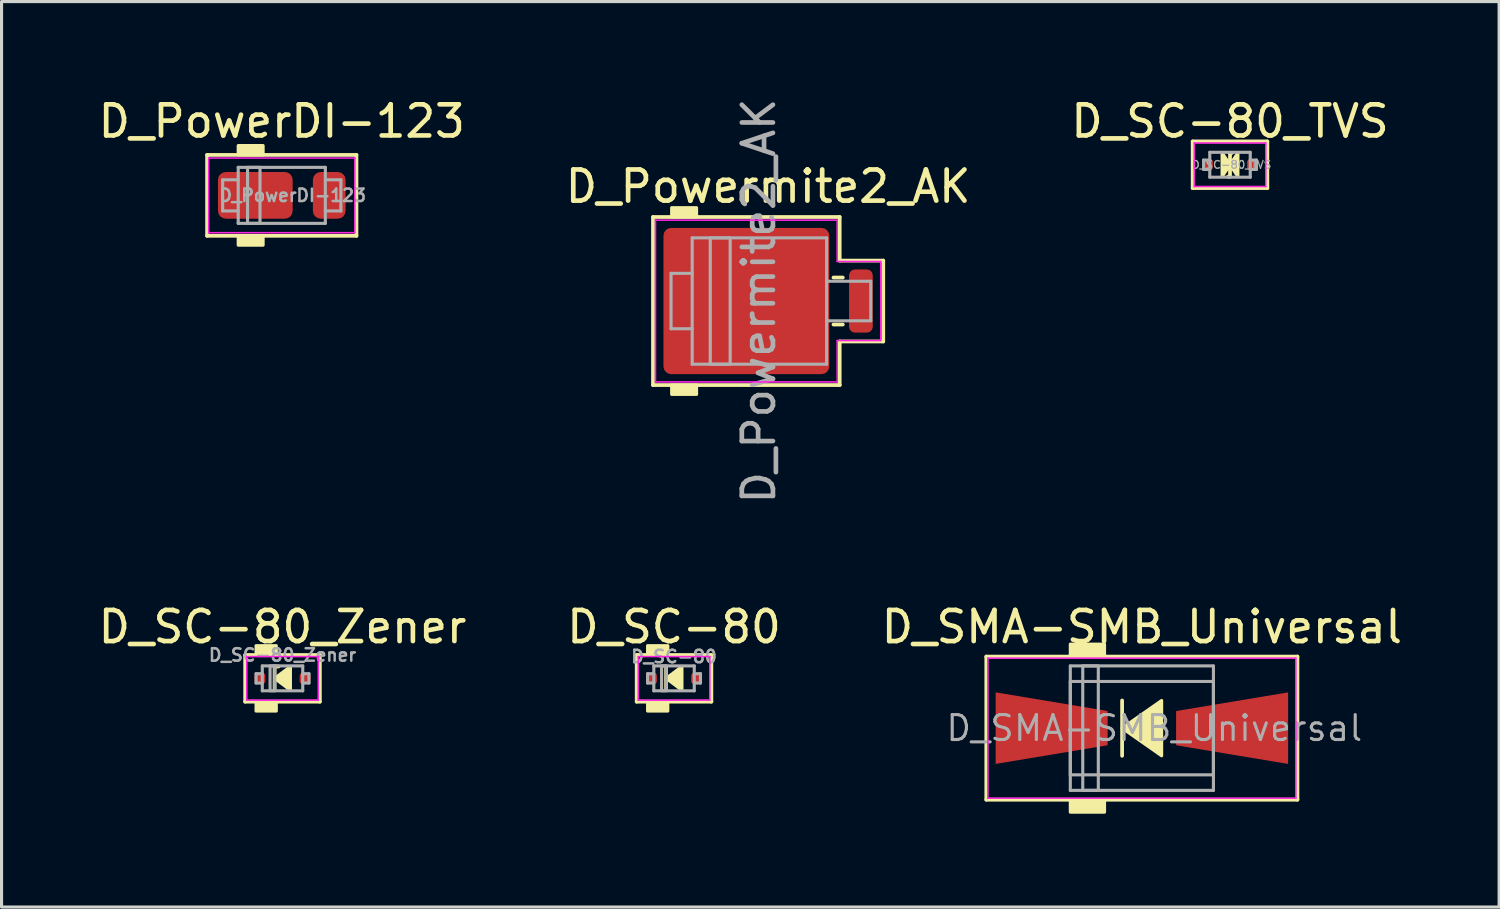
<source format=kicad_pcb>
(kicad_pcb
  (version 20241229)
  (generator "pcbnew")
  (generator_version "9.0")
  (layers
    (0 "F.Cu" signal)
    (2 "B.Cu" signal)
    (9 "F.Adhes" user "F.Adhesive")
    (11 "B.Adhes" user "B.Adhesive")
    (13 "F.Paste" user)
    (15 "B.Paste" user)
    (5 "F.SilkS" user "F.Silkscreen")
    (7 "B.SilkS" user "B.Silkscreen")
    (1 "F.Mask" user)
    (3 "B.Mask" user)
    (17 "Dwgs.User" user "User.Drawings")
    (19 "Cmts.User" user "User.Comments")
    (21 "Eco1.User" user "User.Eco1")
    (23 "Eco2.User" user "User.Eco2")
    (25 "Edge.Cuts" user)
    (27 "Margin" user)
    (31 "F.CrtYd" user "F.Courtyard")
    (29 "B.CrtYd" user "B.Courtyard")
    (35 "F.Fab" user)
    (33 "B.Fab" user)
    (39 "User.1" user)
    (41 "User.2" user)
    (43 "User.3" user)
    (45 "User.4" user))
  (footprint "D_SC-80_TVS"
    (layer "F.Cu")
    (at 36.482 2.245)
    (property "Reference" "D_SC-80_TVS" (at 0 -1.397 0) (layer "F.SilkS") (effects (font (size 1 1) (thickness 0.15))))
    (attr smd)
    (fp_line (start -1.2 -0.75) (end -1.2 0.75) (stroke (width 0.12) (type solid)) (layer "F.SilkS"))
    (fp_line (start -1.2 0.75) (end 1.2 0.75) (stroke (width 0.12) (type solid)) (layer "F.SilkS"))
    (fp_line (start -0.064 0.381) (end 0 0.381) (stroke (width 0.12) (type solid)) (layer "F.SilkS"))
    (fp_line (start 0 -0.381) (end 0 0.381) (stroke (width 0.12) (type solid)) (layer "F.SilkS"))
    (fp_line (start 0 -0.381) (end 0.064 -0.381) (stroke (width 0.12) (type solid)) (layer "F.SilkS"))
    (fp_line (start 1.2 -0.75) (end -1.2 -0.75) (stroke (width 0.12) (type solid)) (layer "F.SilkS"))
    (fp_line (start 1.2 0.75) (end 1.2 -0.75) (stroke (width 0.12) (type solid)) (layer "F.SilkS"))
    (fp_poly (pts (xy 0 0) (xy -0.254 0.381) (xy -0.254 -0.381)) (stroke (width 0.1) (type solid)) (fill yes) (layer "F.SilkS"))
    (fp_poly (pts (xy 0 0) (xy 0.254 -0.381) (xy 0.254 0.381)) (stroke (width 0.1) (type solid)) (fill yes) (layer "F.SilkS"))
    (fp_line (start -1.15 -0.7) (end 1.1 -0.7) (stroke (width 0.05) (type solid)) (layer "F.CrtYd"))
    (fp_line (start -1.15 0.7) (end -1.15 -0.7) (stroke (width 0.05) (type solid)) (layer "F.CrtYd"))
    (fp_line (start 1.1 -0.7) (end 1.15 -0.7) (stroke (width 0.05) (type solid)) (layer "F.CrtYd"))
    (fp_line (start 1.15 -0.7) (end 1.15 -0.65) (stroke (width 0.05) (type solid)) (layer "F.CrtYd"))
    (fp_line (start 1.15 -0.65) (end 1.15 0.7) (stroke (width 0.05) (type solid)) (layer "F.CrtYd"))
    (fp_line (start 1.15 0.7) (end -1.15 0.7) (stroke (width 0.05) (type solid)) (layer "F.CrtYd"))
    (fp_line (start -0.85 -0.15) (end -0.85 0.15) (stroke (width 0.1) (type solid)) (layer "F.Fab"))
    (fp_line (start -0.85 0.15) (end -0.65 0.15) (stroke (width 0.1) (type solid)) (layer "F.Fab"))
    (fp_line (start -0.65 -0.4) (end 0.65 -0.4) (stroke (width 0.1) (type solid)) (layer "F.Fab"))
    (fp_line (start -0.65 -0.15) (end -0.85 -0.15) (stroke (width 0.1) (type solid)) (layer "F.Fab"))
    (fp_line (start -0.65 0.4) (end -0.65 -0.4) (stroke (width 0.1) (type solid)) (layer "F.Fab"))
    (fp_line (start 0.65 -0.4) (end 0.65 0.4) (stroke (width 0.1) (type solid)) (layer "F.Fab"))
    (fp_line (start 0.65 0.15) (end 0.85 0.15) (stroke (width 0.1) (type solid)) (layer "F.Fab"))
    (fp_line (start 0.65 0.4) (end -0.65 0.4) (stroke (width 0.1) (type solid)) (layer "F.Fab"))
    (fp_line (start 0.85 -0.15) (end 0.65 -0.15) (stroke (width 0.1) (type solid)) (layer "F.Fab"))
    (fp_line (start 0.85 0.15) (end 0.85 -0.15) (stroke (width 0.1) (type solid)) (layer "F.Fab"))
    (fp_text user "${REFERENCE}" (at 0.05 0 0) (layer "F.Fab") (effects (font (size 0.25 0.25) (thickness 0.04))))
    (pad "1" smd roundrect (at -0.725 0) (size 0.35 0.35) (layers "F.Cu" "F.Mask" "F.Paste") (roundrect_rratio 0.25))
    (pad "2" smd roundrect (at 0.725 0) (size 0.35 0.35) (layers "F.Cu" "F.Mask" "F.Paste") (roundrect_rratio 0.25)))
  (footprint "D_SC-80_Zener"
    (layer "F.Cu")
    (at 6.03 18.752)
    (property "Reference" "D_SC-80_Zener" (at 0 -1.654 0) (layer "F.SilkS") (effects (font (size 1 1) (thickness 0.15))))
    (attr smd)
    (fp_line (start -1.2 -0.75) (end -1.2 0.75) (stroke (width 0.12) (type solid)) (layer "F.SilkS"))
    (fp_line (start -1.2 0.75) (end 1.2 0.75) (stroke (width 0.12) (type solid)) (layer "F.SilkS"))
    (fp_line (start -0.254 -0.381) (end -0.254 0.381) (stroke (width 0.12) (type solid)) (layer "F.SilkS"))
    (fp_line (start -0.254 -0.381) (end -0.127 -0.381) (stroke (width 0.12) (type solid)) (layer "F.SilkS"))
    (fp_line (start 1.2 -0.75) (end -1.2 -0.75) (stroke (width 0.12) (type solid)) (layer "F.SilkS"))
    (fp_line (start 1.2 0.75) (end 1.2 -0.75) (stroke (width 0.12) (type solid)) (layer "F.SilkS"))
    (fp_poly (pts (xy 0.254 0.381) (xy -0.254 0) (xy 0.254 -0.381)) (stroke (width 0.1) (type solid)) (fill yes) (layer "F.SilkS"))
    (fp_poly (pts (xy -0.2 -0.75) (xy -0.85 -0.75) (xy -0.85 -1.05) (xy -0.2 -1.05)) (stroke (width 0.1) (type solid)) (fill yes) (layer "F.SilkS"))
    (fp_poly (pts (xy -0.2 1.05) (xy -0.85 1.05) (xy -0.85 0.75) (xy -0.2 0.75)) (stroke (width 0.1) (type solid)) (fill yes) (layer "F.SilkS"))
    (fp_line (start -1.15 -0.7) (end 1.1 -0.7) (stroke (width 0.05) (type solid)) (layer "F.CrtYd"))
    (fp_line (start -1.15 0.7) (end -1.15 -0.7) (stroke (width 0.05) (type solid)) (layer "F.CrtYd"))
    (fp_line (start 1.1 -0.7) (end 1.15 -0.7) (stroke (width 0.05) (type solid)) (layer "F.CrtYd"))
    (fp_line (start 1.15 -0.7) (end 1.15 -0.65) (stroke (width 0.05) (type solid)) (layer "F.CrtYd"))
    (fp_line (start 1.15 -0.65) (end 1.15 0.7) (stroke (width 0.05) (type solid)) (layer "F.CrtYd"))
    (fp_line (start 1.15 0.7) (end -1.15 0.7) (stroke (width 0.05) (type solid)) (layer "F.CrtYd"))
    (fp_line (start -0.85 -0.15) (end -0.85 0.15) (stroke (width 0.1) (type solid)) (layer "F.Fab"))
    (fp_line (start -0.85 0.15) (end -0.65 0.15) (stroke (width 0.1) (type solid)) (layer "F.Fab"))
    (fp_line (start -0.65 -0.4) (end 0.65 -0.4) (stroke (width 0.1) (type solid)) (layer "F.Fab"))
    (fp_line (start -0.65 -0.15) (end -0.85 -0.15) (stroke (width 0.1) (type solid)) (layer "F.Fab"))
    (fp_line (start -0.65 0.4) (end -0.65 -0.4) (stroke (width 0.1) (type solid)) (layer "F.Fab"))
    (fp_line (start 0.65 -0.4) (end 0.65 0.4) (stroke (width 0.1) (type solid)) (layer "F.Fab"))
    (fp_line (start 0.65 0.15) (end 0.85 0.15) (stroke (width 0.1) (type solid)) (layer "F.Fab"))
    (fp_line (start 0.65 0.4) (end -0.65 0.4) (stroke (width 0.1) (type solid)) (layer "F.Fab"))
    (fp_line (start 0.85 -0.15) (end 0.65 -0.15) (stroke (width 0.1) (type solid)) (layer "F.Fab"))
    (fp_line (start 0.85 0.15) (end 0.85 -0.15) (stroke (width 0.1) (type solid)) (layer "F.Fab"))
    (fp_rect (start -0.25 -0.4) (end -0.4 0.4) (stroke (width 0.1) (type solid)) (fill no) (layer "F.Fab"))
    (fp_text user "${REFERENCE}" (at 0 -0.75 0) (layer "F.Fab") (effects (font (size 0.4 0.4) (thickness 0.08))))
    (pad "1" smd roundrect (at -0.725 0) (size 0.35 0.35) (layers "F.Cu" "F.Mask" "F.Paste") (roundrect_rratio 0.25))
    (pad "2" smd roundrect (at 0.725 0) (size 0.35 0.35) (layers "F.Cu" "F.Mask" "F.Paste") (roundrect_rratio 0.25)))
  (footprint "D_PowerDI-123"
    (layer "F.Cu")
    (at 6.006 3.229)
    (property "Reference" "D_PowerDI-123" (at 0 -2.381 0) (layer "F.SilkS") (effects (font (size 1 1) (thickness 0.15))))
    (attr smd)
    (fp_line (start -2.4 -1.3) (end -2.4 1.3) (stroke (width 0.12) (type solid)) (layer "F.SilkS"))
    (fp_line (start -2.4 1.3) (end 2.4 1.3) (stroke (width 0.12) (type solid)) (layer "F.SilkS"))
    (fp_line (start 2.4 -1.3) (end -2.4 -1.3) (stroke (width 0.12) (type solid)) (layer "F.SilkS"))
    (fp_line (start 2.4 1.3) (end 2.4 -1.3) (stroke (width 0.12) (type solid)) (layer "F.SilkS"))
    (fp_poly (pts (xy -0.6 -1.3) (xy -1.4 -1.3) (xy -1.4 -1.6) (xy -0.6 -1.6)) (stroke (width 0.1) (type solid)) (fill yes) (layer "F.SilkS"))
    (fp_poly (pts (xy -0.6 1.6) (xy -1.4 1.6) (xy -1.4 1.3) (xy -0.6 1.3)) (stroke (width 0.1) (type solid)) (fill yes) (layer "F.SilkS"))
    (fp_line (start -2.35 -1.2) (end 2.35 -1.2) (stroke (width 0.05) (type solid)) (layer "F.CrtYd"))
    (fp_line (start -2.35 1.2) (end -2.35 -1.2) (stroke (width 0.05) (type solid)) (layer "F.CrtYd"))
    (fp_line (start 2.35 -1.2) (end 2.35 1.2) (stroke (width 0.05) (type solid)) (layer "F.CrtYd"))
    (fp_line (start 2.35 1.2) (end -2.35 1.2) (stroke (width 0.05) (type solid)) (layer "F.CrtYd"))
    (fp_line (start -1.9 -0.5) (end -1.9 0.5) (stroke (width 0.1) (type solid)) (layer "F.Fab"))
    (fp_line (start -1.9 0.5) (end -1.4 0.5) (stroke (width 0.1) (type solid)) (layer "F.Fab"))
    (fp_line (start -1.4 -0.9) (end 1.4 -0.9) (stroke (width 0.1) (type solid)) (layer "F.Fab"))
    (fp_line (start -1.4 -0.5) (end -1.9 -0.5) (stroke (width 0.1) (type solid)) (layer "F.Fab"))
    (fp_line (start -1.4 0.9) (end -1.4 -0.9) (stroke (width 0.1) (type solid)) (layer "F.Fab"))
    (fp_line (start 1.4 -0.9) (end 1.4 0.9) (stroke (width 0.1) (type solid)) (layer "F.Fab"))
    (fp_line (start 1.4 0.5) (end 1.9 0.5) (stroke (width 0.1) (type solid)) (layer "F.Fab"))
    (fp_line (start 1.4 0.9) (end -1.4 0.9) (stroke (width 0.1) (type solid)) (layer "F.Fab"))
    (fp_line (start 1.9 -0.5) (end 1.4 -0.5) (stroke (width 0.1) (type solid)) (layer "F.Fab"))
    (fp_line (start 1.9 0.5) (end 1.9 -0.5) (stroke (width 0.1) (type solid)) (layer "F.Fab"))
    (fp_rect (start -1.1 -0.9) (end -0.7 0.9) (stroke (width 0.1) (type solid)) (fill no) (layer "F.Fab"))
    (fp_text user "${REFERENCE}" (at 0.35 0 0) (layer "F.Fab") (effects (font (size 0.4 0.4) (thickness 0.08))))
    (pad "1" smd roundrect (at -0.85 0 180) (size 2.4 1.5) (layers "F.Cu" "F.Mask" "F.Paste") (roundrect_rratio 0.167))
    (pad "2" smd roundrect (at 1.525 0 180) (size 1.05 1.5) (layers "F.Cu" "F.Mask" "F.Paste") (roundrect_rratio 0.238)))
  (footprint "D_SMA-SMB_Universal"
    (layer "F.Cu")
    (at 33.649 20.352)
    (property "Reference" "D_SMA-SMB_Universal" (at 0 -3.254 0) (layer "F.SilkS") (effects (font (size 1 1) (thickness 0.15))))
    (attr smd)
    (fp_line (start -5 -2.3) (end -5 2.3) (stroke (width 0.12) (type solid)) (layer "F.SilkS"))
    (fp_line (start -5 2.3) (end 5 2.3) (stroke (width 0.12) (type solid)) (layer "F.SilkS"))
    (fp_line (start -0.635 -0.889) (end -0.635 0.889) (stroke (width 0.12) (type solid)) (layer "F.SilkS"))
    (fp_line (start 5 -2.3) (end -5 -2.3) (stroke (width 0.12) (type solid)) (layer "F.SilkS"))
    (fp_line (start 5 2.3) (end 5 -2.3) (stroke (width 0.12) (type solid)) (layer "F.SilkS"))
    (fp_poly (pts (xy 0.635 0.889) (xy -0.635 0) (xy 0.635 -0.889)) (stroke (width 0.1) (type solid)) (fill yes) (layer "F.SilkS"))
    (fp_poly (pts (xy -1.2 -2.3) (xy -2.3 -2.3) (xy -2.3 -2.7) (xy -1.2 -2.7)) (stroke (width 0.1) (type solid)) (fill yes) (layer "F.SilkS"))
    (fp_poly (pts (xy -1.2 2.7) (xy -2.3 2.7) (xy -2.3 2.3) (xy -1.2 2.3)) (stroke (width 0.1) (type solid)) (fill yes) (layer "F.SilkS"))
    (fp_line (start -4.95 -2.25) (end 4.95 -2.25) (stroke (width 0.05) (type solid)) (layer "F.CrtYd"))
    (fp_line (start -4.95 2.25) (end -4.95 -2.25) (stroke (width 0.05) (type solid)) (layer "F.CrtYd"))
    (fp_line (start 4.95 -2.25) (end 4.95 2.25) (stroke (width 0.05) (type solid)) (layer "F.CrtYd"))
    (fp_line (start 4.95 2.25) (end -4.95 2.25) (stroke (width 0.05) (type solid)) (layer "F.CrtYd"))
    (fp_line (start -2.3 1.5) (end -2.3 -1.5) (stroke (width 0.1) (type solid)) (layer "F.Fab"))
    (fp_line (start -2.3 2) (end -2.3 -2) (stroke (width 0.1) (type solid)) (layer "F.Fab"))
    (fp_line (start 2.3 -2) (end -2.3 -2) (stroke (width 0.1) (type solid)) (layer "F.Fab"))
    (fp_line (start 2.3 -2) (end 2.3 2) (stroke (width 0.1) (type solid)) (layer "F.Fab"))
    (fp_line (start 2.3 -1.5) (end -2.3 -1.5) (stroke (width 0.1) (type solid)) (layer "F.Fab"))
    (fp_line (start 2.3 -1.5) (end 2.3 1.5) (stroke (width 0.1) (type solid)) (layer "F.Fab"))
    (fp_line (start 2.3 1.5) (end -2.3 1.5) (stroke (width 0.1) (type solid)) (layer "F.Fab"))
    (fp_line (start 2.3 2) (end -2.3 2) (stroke (width 0.1) (type solid)) (layer "F.Fab"))
    (fp_rect (start -1.9 -2) (end -1.4 2) (stroke (width 0.1) (type solid)) (fill no) (layer "F.Fab"))
    (fp_text user "${REFERENCE}" (at 0.4 0 0) (layer "F.Fab") (effects (font (size 0.8 0.8) (thickness 0.1))))
    (pad "1" smd trapezoid (at -2.9 0) (size 3.6 1.7) (rect_delta 0.6 0) (layers "F.Cu" "F.Mask" "F.Paste"))
    (pad "2" smd trapezoid (at 2.9 0 180) (size 3.6 1.7) (rect_delta 0.6 0) (layers "F.Cu" "F.Mask" "F.Paste")))
  (footprint "D_SC-80"
    (layer "F.Cu")
    (at 18.613 18.752)
    (property "Reference" "D_SC-80" (at 0 -1.654 0) (layer "F.SilkS") (effects (font (size 1 1) (thickness 0.15))))
    (attr smd)
    (fp_line (start -1.2 -0.75) (end -1.2 0.75) (stroke (width 0.12) (type solid)) (layer "F.SilkS"))
    (fp_line (start -1.2 0.75) (end 1.2 0.75) (stroke (width 0.12) (type solid)) (layer "F.SilkS"))
    (fp_line (start -0.254 -0.381) (end -0.254 0.381) (stroke (width 0.12) (type solid)) (layer "F.SilkS"))
    (fp_line (start 1.2 -0.75) (end -1.2 -0.75) (stroke (width 0.12) (type solid)) (layer "F.SilkS"))
    (fp_line (start 1.2 0.75) (end 1.2 -0.75) (stroke (width 0.12) (type solid)) (layer "F.SilkS"))
    (fp_poly (pts (xy 0.254 0.381) (xy -0.254 0) (xy 0.254 -0.381)) (stroke (width 0.1) (type solid)) (fill yes) (layer "F.SilkS"))
    (fp_poly (pts (xy -0.2 -0.75) (xy -0.85 -0.75) (xy -0.85 -1.05) (xy -0.2 -1.05)) (stroke (width 0.1) (type solid)) (fill yes) (layer "F.SilkS"))
    (fp_poly (pts (xy -0.2 1.05) (xy -0.85 1.05) (xy -0.85 0.75) (xy -0.2 0.75)) (stroke (width 0.1) (type solid)) (fill yes) (layer "F.SilkS"))
    (fp_line (start -1.15 -0.7) (end 1.1 -0.7) (stroke (width 0.05) (type solid)) (layer "F.CrtYd"))
    (fp_line (start -1.15 0.65) (end -1.15 -0.7) (stroke (width 0.05) (type solid)) (layer "F.CrtYd"))
    (fp_line (start -1.15 0.65) (end -1.15 0.7) (stroke (width 0.05) (type solid)) (layer "F.CrtYd"))
    (fp_line (start -1.15 0.7) (end -1.1 0.7) (stroke (width 0.05) (type solid)) (layer "F.CrtYd"))
    (fp_line (start 1.1 -0.7) (end 1.15 -0.7) (stroke (width 0.05) (type solid)) (layer "F.CrtYd"))
    (fp_line (start 1.15 -0.7) (end 1.15 -0.65) (stroke (width 0.05) (type solid)) (layer "F.CrtYd"))
    (fp_line (start 1.15 -0.65) (end 1.15 0.7) (stroke (width 0.05) (type solid)) (layer "F.CrtYd"))
    (fp_line (start 1.15 0.7) (end -1.1 0.7) (stroke (width 0.05) (type solid)) (layer "F.CrtYd"))
    (fp_line (start -0.85 -0.15) (end -0.85 0.15) (stroke (width 0.1) (type solid)) (layer "F.Fab"))
    (fp_line (start -0.85 0.15) (end -0.65 0.15) (stroke (width 0.1) (type solid)) (layer "F.Fab"))
    (fp_line (start -0.65 -0.4) (end 0.65 -0.4) (stroke (width 0.1) (type solid)) (layer "F.Fab"))
    (fp_line (start -0.65 -0.15) (end -0.85 -0.15) (stroke (width 0.1) (type solid)) (layer "F.Fab"))
    (fp_line (start -0.65 0.4) (end -0.65 -0.4) (stroke (width 0.1) (type solid)) (layer "F.Fab"))
    (fp_line (start 0.65 -0.4) (end 0.65 0.4) (stroke (width 0.1) (type solid)) (layer "F.Fab"))
    (fp_line (start 0.65 0.15) (end 0.85 0.15) (stroke (width 0.1) (type solid)) (layer "F.Fab"))
    (fp_line (start 0.65 0.4) (end -0.65 0.4) (stroke (width 0.1) (type solid)) (layer "F.Fab"))
    (fp_line (start 0.85 -0.15) (end 0.65 -0.15) (stroke (width 0.1) (type solid)) (layer "F.Fab"))
    (fp_line (start 0.85 0.15) (end 0.85 -0.15) (stroke (width 0.1) (type solid)) (layer "F.Fab"))
    (fp_rect (start -0.25 -0.4) (end -0.4 0.4) (stroke (width 0.1) (type solid)) (fill no) (layer "F.Fab"))
    (fp_text user "${REFERENCE}" (at 0 -0.7 0) (layer "F.Fab") (effects (font (size 0.4 0.4) (thickness 0.08))))
    (pad "1" smd roundrect (at -0.725 0) (size 0.35 0.35) (layers "F.Cu" "F.Mask" "F.Paste") (roundrect_rratio 0.25))
    (pad "2" smd roundrect (at 0.725 0) (size 0.35 0.35) (layers "F.Cu" "F.Mask" "F.Paste") (roundrect_rratio 0.25)))
  (footprint "D_Powermite2_AK"
    (layer "F.Cu")
    (at 21.637 6.625)
    (property "Reference" "D_Powermite2_AK" (at 0 -3.683 0) (layer "F.SilkS") (effects (font (size 1 1) (thickness 0.15))))
    (attr smd)
    (fp_line (start -3.7 -2.7) (end -3.7 2.7) (stroke (width 0.12) (type solid)) (layer "F.SilkS"))
    (fp_line (start 2.3 -2.7) (end -3.7 -2.7) (stroke (width 0.12) (type solid)) (layer "F.SilkS"))
    (fp_line (start 2.3 -2.7) (end 2.3 -1.3) (stroke (width 0.12) (type solid)) (layer "F.SilkS"))
    (fp_line (start 2.3 -1.3) (end 3.7 -1.3) (stroke (width 0.12) (type solid)) (layer "F.SilkS"))
    (fp_line (start 2.3 2.7) (end -3.7 2.7) (stroke (width 0.12) (type solid)) (layer "F.SilkS"))
    (fp_line (start 2.3 2.7) (end 2.3 1.3) (stroke (width 0.12) (type solid)) (layer "F.SilkS"))
    (fp_line (start 2.4 -0.755) (end 2.1 -0.755) (stroke (width 0.12) (type solid)) (layer "F.SilkS"))
    (fp_line (start 2.4 0.755) (end 2.1 0.755) (stroke (width 0.12) (type solid)) (layer "F.SilkS"))
    (fp_line (start 3.7 -1.3) (end 3.7 1.3) (stroke (width 0.12) (type solid)) (layer "F.SilkS"))
    (fp_line (start 3.7 1.3) (end 2.3 1.3) (stroke (width 0.12) (type solid)) (layer "F.SilkS"))
    (fp_poly (pts (xy -2.3 -2.7) (xy -3.1 -2.7) (xy -3.1 -3) (xy -2.3 -3)) (stroke (width 0.1) (type solid)) (fill yes) (layer "F.SilkS"))
    (fp_poly (pts (xy -2.3 3) (xy -3.1 3) (xy -3.1 2.7) (xy -2.3 2.7)) (stroke (width 0.1) (type solid)) (fill yes) (layer "F.SilkS"))
    (fp_line (start -3.62 -2.6) (end -3.62 2.6) (stroke (width 0.05) (type solid)) (layer "F.CrtYd"))
    (fp_line (start -3.62 2.6) (end 2.22 2.6) (stroke (width 0.05) (type solid)) (layer "F.CrtYd"))
    (fp_line (start 2.22 -2.6) (end -3.62 -2.6) (stroke (width 0.05) (type solid)) (layer "F.CrtYd"))
    (fp_line (start 2.22 -1.27) (end 2.22 -2.6) (stroke (width 0.05) (type solid)) (layer "F.CrtYd"))
    (fp_line (start 2.22 1.27) (end 3.62 1.27) (stroke (width 0.05) (type solid)) (layer "F.CrtYd"))
    (fp_line (start 2.22 2.6) (end 2.22 1.27) (stroke (width 0.05) (type solid)) (layer "F.CrtYd"))
    (fp_line (start 3.62 -1.27) (end 2.22 -1.27) (stroke (width 0.05) (type solid)) (layer "F.CrtYd"))
    (fp_line (start 3.62 1.27) (end 3.62 -1.27) (stroke (width 0.05) (type solid)) (layer "F.CrtYd"))
    (fp_line (start -3.12 -0.89) (end -2.44 -0.89) (stroke (width 0.1) (type solid)) (layer "F.Fab"))
    (fp_line (start -3.12 0.89) (end -3.12 -0.89) (stroke (width 0.1) (type solid)) (layer "F.Fab"))
    (fp_line (start -2.44 -2.03) (end -2.44 2.03) (stroke (width 0.1) (type solid)) (layer "F.Fab"))
    (fp_line (start -2.44 0.89) (end -3.12 0.89) (stroke (width 0.1) (type solid)) (layer "F.Fab"))
    (fp_line (start -2.44 2.03) (end 1.88 2.03) (stroke (width 0.1) (type solid)) (layer "F.Fab"))
    (fp_line (start 1.88 -2.03) (end -2.44 -2.03) (stroke (width 0.1) (type solid)) (layer "F.Fab"))
    (fp_line (start 1.88 2.03) (end 1.88 -2.03) (stroke (width 0.1) (type solid)) (layer "F.Fab"))
    (fp_line (start 3.3 -0.635) (end 1.88 -0.635) (stroke (width 0.1) (type solid)) (layer "F.Fab"))
    (fp_line (start 3.3 0.635) (end 1.88 0.635) (stroke (width 0.1) (type solid)) (layer "F.Fab"))
    (fp_line (start 3.3 0.635) (end 3.3 -0.635) (stroke (width 0.1) (type solid)) (layer "F.Fab"))
    (fp_rect (start -1.86 -2.03) (end -1.22 2.03) (stroke (width 0.1) (type solid)) (fill no) (layer "F.Fab"))
    (fp_text user "${REFERENCE}" (at -0.3 0 90) (layer "F.Fab") (effects (font (size 1 1) (thickness 0.15))))
    (pad "" smd roundrect (at -2.1 1.2) (size 2.3 2) (layers "F.Paste") (roundrect_rratio 0.125))
    (pad "" smd roundrect (at -2.05 -1.2) (size 2.3 2) (layers "F.Paste") (roundrect_rratio 0.125))
    (pad "" smd roundrect (at 0.7 -1.2) (size 2.3 2) (layers "F.Paste") (roundrect_rratio 0.125))
    (pad "" smd roundrect (at 0.7 1.2) (size 2.3 2) (layers "F.Paste") (roundrect_rratio 0.125))
    (pad "1" smd roundrect (at -0.699 0) (size 5.33 4.7) (layers "F.Cu" "F.Mask") (roundrect_rratio 0.053))
    (pad "2" smd roundrect (at 2.982 0) (size 0.762 2.03) (layers "F.Cu" "F.Mask" "F.Paste") (roundrect_rratio 0.25)))
  (gr_rect
    (start -3 -3)
    (end 45.131 26.102)
    (stroke (width 0.1) (type default))
    (fill no)
    (layer "Edge.Cuts")))
</source>
